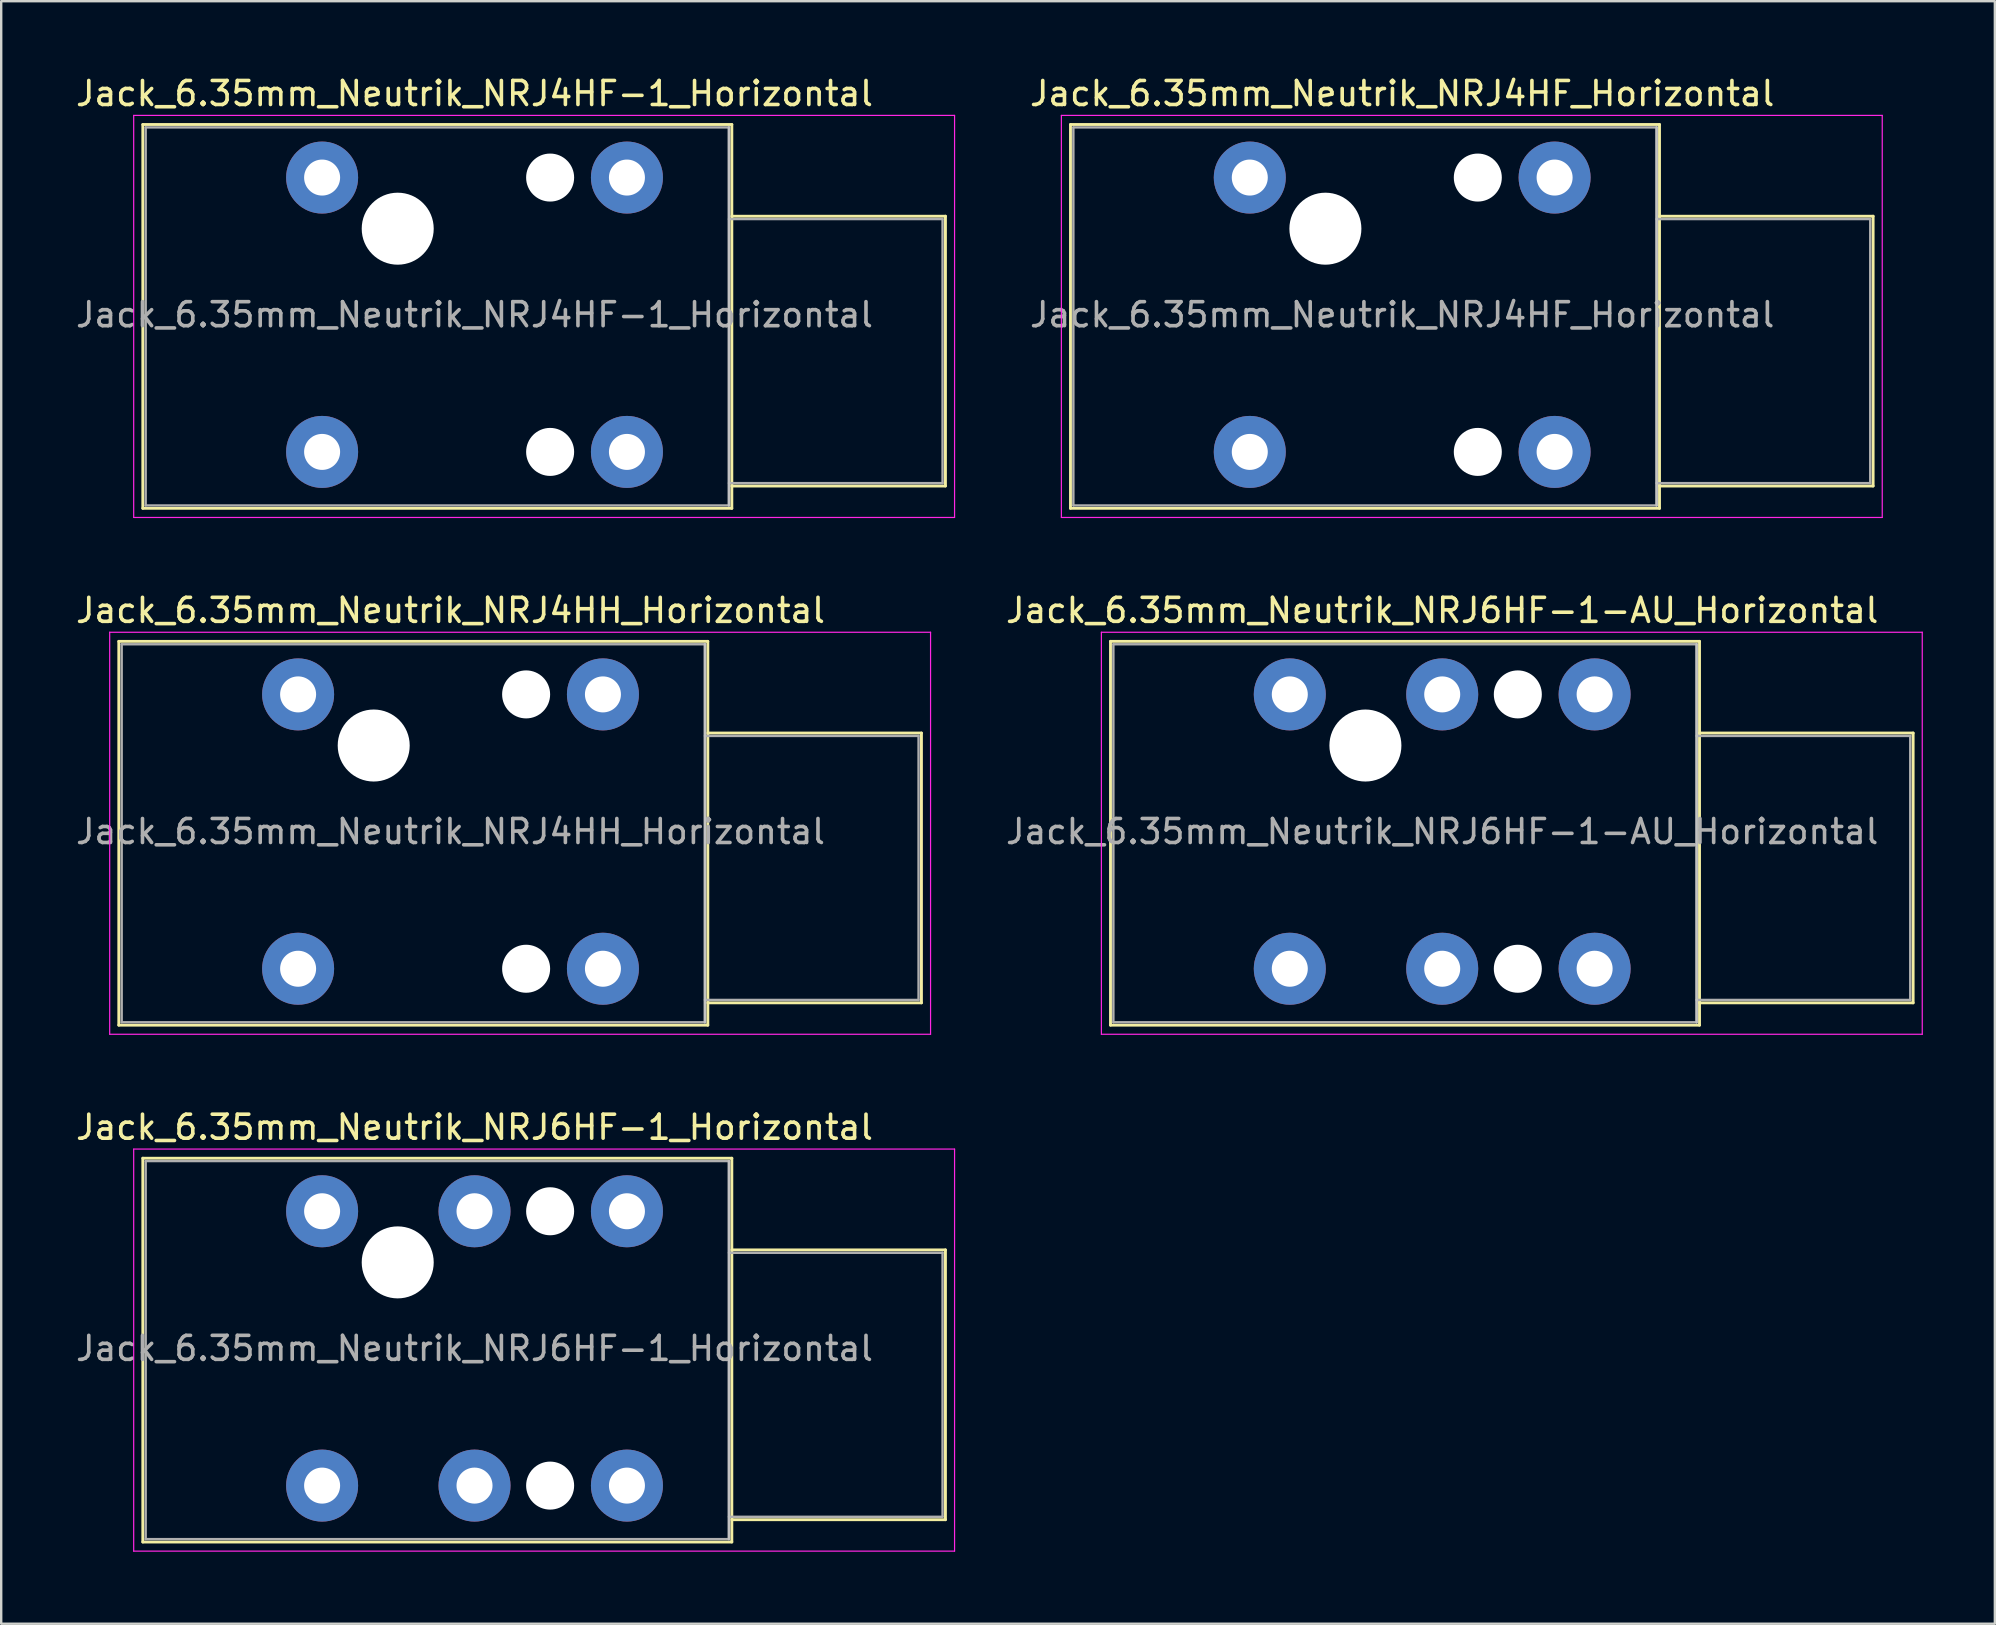
<source format=kicad_pcb>
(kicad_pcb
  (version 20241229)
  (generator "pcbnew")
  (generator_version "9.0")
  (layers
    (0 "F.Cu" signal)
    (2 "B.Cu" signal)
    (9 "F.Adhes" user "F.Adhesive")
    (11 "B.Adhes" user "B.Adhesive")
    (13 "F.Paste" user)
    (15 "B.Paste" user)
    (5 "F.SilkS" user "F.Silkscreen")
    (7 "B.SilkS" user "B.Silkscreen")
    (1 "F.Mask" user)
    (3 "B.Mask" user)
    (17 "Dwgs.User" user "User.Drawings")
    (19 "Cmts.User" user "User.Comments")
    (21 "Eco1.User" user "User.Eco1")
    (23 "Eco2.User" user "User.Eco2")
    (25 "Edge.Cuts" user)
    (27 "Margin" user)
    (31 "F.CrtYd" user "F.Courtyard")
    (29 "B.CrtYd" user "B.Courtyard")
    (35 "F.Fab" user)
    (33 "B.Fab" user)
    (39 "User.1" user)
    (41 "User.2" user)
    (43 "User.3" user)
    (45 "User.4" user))
  (footprint "Jack_6.35mm_Neutrik_NRJ4HH_Horizontal"
    (layer "F.Cu")
    (at 9.37 25.881)
    (property "Reference" "Jack_6.35mm_Neutrik_NRJ4HH_Horizontal" (at 6.35 -3.5 0) (layer "F.SilkS") (effects (font (size 1 1) (thickness 0.15))))
    (attr through_hole)
    (fp_line (start -7.47 -2.21) (end 17.07 -2.21) (stroke (width 0.12) (type solid)) (layer "F.SilkS"))
    (fp_line (start -7.47 13.78) (end -7.47 -2.21) (stroke (width 0.12) (type solid)) (layer "F.SilkS"))
    (fp_line (start -7.47 13.78) (end 17.07 13.78) (stroke (width 0.12) (type solid)) (layer "F.SilkS"))
    (fp_line (start 17.07 -2.21) (end 17.07 13.78) (stroke (width 0.12) (type solid)) (layer "F.SilkS"))
    (fp_line (start 25.97 1.61) (end 17.07 1.61) (stroke (width 0.12) (type solid)) (layer "F.SilkS"))
    (fp_line (start 25.97 12.85) (end 17.07 12.85) (stroke (width 0.12) (type solid)) (layer "F.SilkS"))
    (fp_line (start 25.97 12.85) (end 25.97 1.61) (stroke (width 0.12) (type solid)) (layer "F.SilkS"))
    (fp_line (start 16.95 -2.09) (end 16.95 13.66) (stroke (width 0.1) (type solid)) (layer "Dwgs.User"))
    (fp_line (start -7.85 14.16) (end -7.85 -2.59) (stroke (width 0.05) (type solid)) (layer "F.CrtYd"))
    (fp_line (start -7.85 14.16) (end 26.35 14.16) (stroke (width 0.05) (type solid)) (layer "F.CrtYd"))
    (fp_line (start 26.35 -2.59) (end -7.85 -2.59) (stroke (width 0.05) (type solid)) (layer "F.CrtYd"))
    (fp_line (start 26.35 14.16) (end 26.35 -2.59) (stroke (width 0.05) (type solid)) (layer "F.CrtYd"))
    (fp_line (start -7.35 -2.09) (end 16.95 -2.09) (stroke (width 0.1) (type solid)) (layer "F.Fab"))
    (fp_line (start -7.35 13.66) (end -7.35 -2.09) (stroke (width 0.1) (type solid)) (layer "F.Fab"))
    (fp_line (start 16.95 -2.09) (end 16.95 13.66) (stroke (width 0.1) (type solid)) (layer "F.Fab"))
    (fp_line (start 16.95 12.73) (end 25.85 12.73) (stroke (width 0.1) (type solid)) (layer "F.Fab"))
    (fp_line (start 16.95 13.66) (end -7.35 13.66) (stroke (width 0.1) (type solid)) (layer "F.Fab"))
    (fp_line (start 25.85 1.73) (end 16.95 1.73) (stroke (width 0.1) (type solid)) (layer "F.Fab"))
    (fp_line (start 25.85 12.73) (end 25.85 1.73) (stroke (width 0.1) (type solid)) (layer "F.Fab"))
    (fp_text user "${REFERENCE}" (at 6.35 5.715 0) (layer "F.Fab") (effects (font (size 1 1) (thickness 0.15))))
    (pad "" np_thru_hole circle (at 3.15 2.13) (size 3 3) (drill 3) (layers "*.Cu" "*.Mask"))
    (pad "" np_thru_hole circle (at 9.5 0) (size 2 2) (drill 2) (layers "*.Cu" "*.Mask"))
    (pad "" np_thru_hole circle (at 9.5 11.43) (size 2 2) (drill 2) (layers "*.Cu" "*.Mask"))
    (pad "S" thru_hole circle (at 12.7 0) (size 3 3) (drill 1.5) (layers "*.Cu" "*.Mask"))
    (pad "SN" thru_hole circle (at 12.7 11.43) (size 3 3) (drill 1.5) (layers "*.Cu" "*.Mask"))
    (pad "T" thru_hole circle (at 0 0) (size 3 3) (drill 1.5) (layers "*.Cu" "*.Mask"))
    (pad "TN" thru_hole circle (at 0 11.43) (size 3 3) (drill 1.5) (layers "*.Cu" "*.Mask")))
  (footprint "Jack_6.35mm_Neutrik_NRJ6HF-1_Horizontal"
    (layer "F.Cu")
    (at 10.37 47.415)
    (property "Reference" "Jack_6.35mm_Neutrik_NRJ6HF-1_Horizontal" (at 6.35 -3.5 0) (layer "F.SilkS") (effects (font (size 1 1) (thickness 0.15))))
    (attr through_hole)
    (fp_line (start -7.47 -2.21) (end 17.07 -2.21) (stroke (width 0.12) (type solid)) (layer "F.SilkS"))
    (fp_line (start -7.47 13.78) (end -7.47 -2.21) (stroke (width 0.12) (type solid)) (layer "F.SilkS"))
    (fp_line (start -7.47 13.78) (end 17.07 13.78) (stroke (width 0.12) (type solid)) (layer "F.SilkS"))
    (fp_line (start 17.07 -2.21) (end 17.07 13.78) (stroke (width 0.12) (type solid)) (layer "F.SilkS"))
    (fp_line (start 25.97 1.61) (end 17.07 1.61) (stroke (width 0.12) (type solid)) (layer "F.SilkS"))
    (fp_line (start 25.97 12.85) (end 17.07 12.85) (stroke (width 0.12) (type solid)) (layer "F.SilkS"))
    (fp_line (start 25.97 12.85) (end 25.97 1.61) (stroke (width 0.12) (type solid)) (layer "F.SilkS"))
    (fp_line (start 16.95 -2.09) (end 16.95 13.66) (stroke (width 0.1) (type solid)) (layer "Dwgs.User"))
    (fp_line (start -7.85 14.16) (end -7.85 -2.59) (stroke (width 0.05) (type solid)) (layer "F.CrtYd"))
    (fp_line (start -7.85 14.16) (end 26.35 14.16) (stroke (width 0.05) (type solid)) (layer "F.CrtYd"))
    (fp_line (start 26.35 -2.59) (end -7.85 -2.59) (stroke (width 0.05) (type solid)) (layer "F.CrtYd"))
    (fp_line (start 26.35 14.16) (end 26.35 -2.59) (stroke (width 0.05) (type solid)) (layer "F.CrtYd"))
    (fp_line (start -7.35 -2.09) (end 16.95 -2.09) (stroke (width 0.1) (type solid)) (layer "F.Fab"))
    (fp_line (start -7.35 13.66) (end -7.35 -2.09) (stroke (width 0.1) (type solid)) (layer "F.Fab"))
    (fp_line (start 16.95 -2.09) (end 16.95 13.66) (stroke (width 0.1) (type solid)) (layer "F.Fab"))
    (fp_line (start 16.95 12.73) (end 25.85 12.73) (stroke (width 0.1) (type solid)) (layer "F.Fab"))
    (fp_line (start 16.95 13.66) (end -7.35 13.66) (stroke (width 0.1) (type solid)) (layer "F.Fab"))
    (fp_line (start 25.85 1.73) (end 16.95 1.73) (stroke (width 0.1) (type solid)) (layer "F.Fab"))
    (fp_line (start 25.85 12.73) (end 25.85 1.73) (stroke (width 0.1) (type solid)) (layer "F.Fab"))
    (fp_text user "${REFERENCE}" (at 6.35 5.715 0) (layer "F.Fab") (effects (font (size 1 1) (thickness 0.15))))
    (pad "" np_thru_hole circle (at 3.15 2.13) (size 3 3) (drill 3) (layers "*.Cu" "*.Mask"))
    (pad "" np_thru_hole circle (at 9.5 0) (size 2 2) (drill 2) (layers "*.Cu" "*.Mask"))
    (pad "" np_thru_hole circle (at 9.5 11.43) (size 2 2) (drill 2) (layers "*.Cu" "*.Mask"))
    (pad "G" thru_hole circle (at 12.7 11.43) (size 3 3) (drill 1.5) (layers "*.Cu" "*.Mask"))
    (pad "R" thru_hole circle (at 6.35 0) (size 3 3) (drill 1.5) (layers "*.Cu" "*.Mask"))
    (pad "RN" thru_hole circle (at 6.35 11.43) (size 3 3) (drill 1.5) (layers "*.Cu" "*.Mask"))
    (pad "S" thru_hole circle (at 12.7 0) (size 3 3) (drill 1.5) (layers "*.Cu" "*.Mask"))
    (pad "T" thru_hole circle (at 0 0) (size 3 3) (drill 1.5) (layers "*.Cu" "*.Mask"))
    (pad "TN" thru_hole circle (at 0 11.43) (size 3 3) (drill 1.5) (layers "*.Cu" "*.Mask")))
  (footprint "Jack_6.35mm_Neutrik_NRJ4HF-1_Horizontal"
    (layer "F.Cu")
    (at 10.37 4.348)
    (property "Reference" "Jack_6.35mm_Neutrik_NRJ4HF-1_Horizontal" (at 6.35 -3.5 0) (layer "F.SilkS") (effects (font (size 1 1) (thickness 0.15))))
    (attr through_hole)
    (fp_line (start -7.47 -2.21) (end 17.07 -2.21) (stroke (width 0.12) (type solid)) (layer "F.SilkS"))
    (fp_line (start -7.47 13.78) (end -7.47 -2.21) (stroke (width 0.12) (type solid)) (layer "F.SilkS"))
    (fp_line (start -7.47 13.78) (end 17.07 13.78) (stroke (width 0.12) (type solid)) (layer "F.SilkS"))
    (fp_line (start 17.07 -2.21) (end 17.07 13.78) (stroke (width 0.12) (type solid)) (layer "F.SilkS"))
    (fp_line (start 25.97 1.61) (end 17.07 1.61) (stroke (width 0.12) (type solid)) (layer "F.SilkS"))
    (fp_line (start 25.97 12.85) (end 17.07 12.85) (stroke (width 0.12) (type solid)) (layer "F.SilkS"))
    (fp_line (start 25.97 12.85) (end 25.97 1.61) (stroke (width 0.12) (type solid)) (layer "F.SilkS"))
    (fp_line (start 16.95 -2.09) (end 16.95 13.66) (stroke (width 0.1) (type solid)) (layer "Dwgs.User"))
    (fp_line (start -7.85 14.16) (end -7.85 -2.59) (stroke (width 0.05) (type solid)) (layer "F.CrtYd"))
    (fp_line (start -7.85 14.16) (end 26.35 14.16) (stroke (width 0.05) (type solid)) (layer "F.CrtYd"))
    (fp_line (start 26.35 -2.59) (end -7.85 -2.59) (stroke (width 0.05) (type solid)) (layer "F.CrtYd"))
    (fp_line (start 26.35 14.16) (end 26.35 -2.59) (stroke (width 0.05) (type solid)) (layer "F.CrtYd"))
    (fp_line (start -7.35 -2.09) (end 16.95 -2.09) (stroke (width 0.1) (type solid)) (layer "F.Fab"))
    (fp_line (start -7.35 13.66) (end -7.35 -2.09) (stroke (width 0.1) (type solid)) (layer "F.Fab"))
    (fp_line (start 16.95 -2.09) (end 16.95 13.66) (stroke (width 0.1) (type solid)) (layer "F.Fab"))
    (fp_line (start 16.95 12.73) (end 25.85 12.73) (stroke (width 0.1) (type solid)) (layer "F.Fab"))
    (fp_line (start 16.95 13.66) (end -7.35 13.66) (stroke (width 0.1) (type solid)) (layer "F.Fab"))
    (fp_line (start 25.85 1.73) (end 16.95 1.73) (stroke (width 0.1) (type solid)) (layer "F.Fab"))
    (fp_line (start 25.85 12.73) (end 25.85 1.73) (stroke (width 0.1) (type solid)) (layer "F.Fab"))
    (fp_text user "${REFERENCE}" (at 6.35 5.715 0) (layer "F.Fab") (effects (font (size 1 1) (thickness 0.15))))
    (pad "" np_thru_hole circle (at 3.15 2.13) (size 3 3) (drill 3) (layers "*.Cu" "*.Mask"))
    (pad "" np_thru_hole circle (at 9.5 0) (size 2 2) (drill 2) (layers "*.Cu" "*.Mask"))
    (pad "" np_thru_hole circle (at 9.5 11.43) (size 2 2) (drill 2) (layers "*.Cu" "*.Mask"))
    (pad "G" thru_hole circle (at 12.7 11.43) (size 3 3) (drill 1.5) (layers "*.Cu" "*.Mask"))
    (pad "S" thru_hole circle (at 12.7 0) (size 3 3) (drill 1.5) (layers "*.Cu" "*.Mask"))
    (pad "T" thru_hole circle (at 0 0) (size 3 3) (drill 1.5) (layers "*.Cu" "*.Mask"))
    (pad "TN" thru_hole circle (at 0 11.43) (size 3 3) (drill 1.5) (layers "*.Cu" "*.Mask")))
  (footprint "Jack_6.35mm_Neutrik_NRJ4HF_Horizontal"
    (layer "F.Cu")
    (at 49.02 4.348)
    (property "Reference" "Jack_6.35mm_Neutrik_NRJ4HF_Horizontal" (at 6.35 -3.5 0) (layer "F.SilkS") (effects (font (size 1 1) (thickness 0.15))))
    (attr through_hole)
    (fp_line (start -7.47 -2.21) (end 17.07 -2.21) (stroke (width 0.12) (type solid)) (layer "F.SilkS"))
    (fp_line (start -7.47 13.78) (end -7.47 -2.21) (stroke (width 0.12) (type solid)) (layer "F.SilkS"))
    (fp_line (start -7.47 13.78) (end 17.07 13.78) (stroke (width 0.12) (type solid)) (layer "F.SilkS"))
    (fp_line (start 17.07 -2.21) (end 17.07 13.78) (stroke (width 0.12) (type solid)) (layer "F.SilkS"))
    (fp_line (start 25.97 1.61) (end 17.07 1.61) (stroke (width 0.12) (type solid)) (layer "F.SilkS"))
    (fp_line (start 25.97 12.85) (end 17.07 12.85) (stroke (width 0.12) (type solid)) (layer "F.SilkS"))
    (fp_line (start 25.97 12.85) (end 25.97 1.61) (stroke (width 0.12) (type solid)) (layer "F.SilkS"))
    (fp_line (start 16.95 -2.09) (end 16.95 13.66) (stroke (width 0.1) (type solid)) (layer "Dwgs.User"))
    (fp_line (start -7.85 14.16) (end -7.85 -2.59) (stroke (width 0.05) (type solid)) (layer "F.CrtYd"))
    (fp_line (start -7.85 14.16) (end 26.35 14.16) (stroke (width 0.05) (type solid)) (layer "F.CrtYd"))
    (fp_line (start 26.35 -2.59) (end -7.85 -2.59) (stroke (width 0.05) (type solid)) (layer "F.CrtYd"))
    (fp_line (start 26.35 14.16) (end 26.35 -2.59) (stroke (width 0.05) (type solid)) (layer "F.CrtYd"))
    (fp_line (start -7.35 -2.09) (end 16.95 -2.09) (stroke (width 0.1) (type solid)) (layer "F.Fab"))
    (fp_line (start -7.35 13.66) (end -7.35 -2.09) (stroke (width 0.1) (type solid)) (layer "F.Fab"))
    (fp_line (start 16.95 -2.09) (end 16.95 13.66) (stroke (width 0.1) (type solid)) (layer "F.Fab"))
    (fp_line (start 16.95 12.73) (end 25.85 12.73) (stroke (width 0.1) (type solid)) (layer "F.Fab"))
    (fp_line (start 16.95 13.66) (end -7.35 13.66) (stroke (width 0.1) (type solid)) (layer "F.Fab"))
    (fp_line (start 25.85 1.73) (end 16.95 1.73) (stroke (width 0.1) (type solid)) (layer "F.Fab"))
    (fp_line (start 25.85 12.73) (end 25.85 1.73) (stroke (width 0.1) (type solid)) (layer "F.Fab"))
    (fp_text user "${REFERENCE}" (at 6.35 5.715 0) (layer "F.Fab") (effects (font (size 1 1) (thickness 0.15))))
    (pad "" np_thru_hole circle (at 3.15 2.13) (size 3 3) (drill 3) (layers "*.Cu" "*.Mask"))
    (pad "" np_thru_hole circle (at 9.5 0) (size 2 2) (drill 2) (layers "*.Cu" "*.Mask"))
    (pad "" np_thru_hole circle (at 9.5 11.43) (size 2 2) (drill 2) (layers "*.Cu" "*.Mask"))
    (pad "S" thru_hole circle (at 12.7 0) (size 3 3) (drill 1.5) (layers "*.Cu" "*.Mask"))
    (pad "SN" thru_hole circle (at 12.7 11.43) (size 3 3) (drill 1.5) (layers "*.Cu" "*.Mask"))
    (pad "T" thru_hole circle (at 0 0) (size 3 3) (drill 1.5) (layers "*.Cu" "*.Mask"))
    (pad "TN" thru_hole circle (at 0 11.43) (size 3 3) (drill 1.5) (layers "*.Cu" "*.Mask")))
  (footprint "Jack_6.35mm_Neutrik_NRJ6HF-1-AU_Horizontal"
    (layer "F.Cu")
    (at 50.687 25.881)
    (property "Reference" "Jack_6.35mm_Neutrik_NRJ6HF-1-AU_Horizontal" (at 6.35 -3.5 0) (layer "F.SilkS") (effects (font (size 1 1) (thickness 0.15))))
    (attr through_hole)
    (fp_line (start -7.47 -2.21) (end 17.07 -2.21) (stroke (width 0.12) (type solid)) (layer "F.SilkS"))
    (fp_line (start -7.47 13.78) (end -7.47 -2.21) (stroke (width 0.12) (type solid)) (layer "F.SilkS"))
    (fp_line (start -7.47 13.78) (end 17.07 13.78) (stroke (width 0.12) (type solid)) (layer "F.SilkS"))
    (fp_line (start 17.07 -2.21) (end 17.07 13.78) (stroke (width 0.12) (type solid)) (layer "F.SilkS"))
    (fp_line (start 25.97 1.61) (end 17.07 1.61) (stroke (width 0.12) (type solid)) (layer "F.SilkS"))
    (fp_line (start 25.97 12.85) (end 17.07 12.85) (stroke (width 0.12) (type solid)) (layer "F.SilkS"))
    (fp_line (start 25.97 12.85) (end 25.97 1.61) (stroke (width 0.12) (type solid)) (layer "F.SilkS"))
    (fp_line (start 16.95 -2.09) (end 16.95 13.66) (stroke (width 0.1) (type solid)) (layer "Dwgs.User"))
    (fp_line (start -7.85 14.16) (end -7.85 -2.59) (stroke (width 0.05) (type solid)) (layer "F.CrtYd"))
    (fp_line (start -7.85 14.16) (end 26.35 14.16) (stroke (width 0.05) (type solid)) (layer "F.CrtYd"))
    (fp_line (start 26.35 -2.59) (end -7.85 -2.59) (stroke (width 0.05) (type solid)) (layer "F.CrtYd"))
    (fp_line (start 26.35 14.16) (end 26.35 -2.59) (stroke (width 0.05) (type solid)) (layer "F.CrtYd"))
    (fp_line (start -7.35 -2.09) (end 16.95 -2.09) (stroke (width 0.1) (type solid)) (layer "F.Fab"))
    (fp_line (start -7.35 13.66) (end -7.35 -2.09) (stroke (width 0.1) (type solid)) (layer "F.Fab"))
    (fp_line (start 16.95 -2.09) (end 16.95 13.66) (stroke (width 0.1) (type solid)) (layer "F.Fab"))
    (fp_line (start 16.95 12.73) (end 25.85 12.73) (stroke (width 0.1) (type solid)) (layer "F.Fab"))
    (fp_line (start 16.95 13.66) (end -7.35 13.66) (stroke (width 0.1) (type solid)) (layer "F.Fab"))
    (fp_line (start 25.85 1.73) (end 16.95 1.73) (stroke (width 0.1) (type solid)) (layer "F.Fab"))
    (fp_line (start 25.85 12.73) (end 25.85 1.73) (stroke (width 0.1) (type solid)) (layer "F.Fab"))
    (fp_text user "${REFERENCE}" (at 6.35 5.715 0) (layer "F.Fab") (effects (font (size 1 1) (thickness 0.15))))
    (pad "" np_thru_hole circle (at 3.15 2.13) (size 3 3) (drill 3) (layers "*.Cu" "*.Mask"))
    (pad "" np_thru_hole circle (at 9.5 0) (size 2 2) (drill 2) (layers "*.Cu" "*.Mask"))
    (pad "" np_thru_hole circle (at 9.5 11.43) (size 2 2) (drill 2) (layers "*.Cu" "*.Mask"))
    (pad "G" thru_hole circle (at 12.7 11.43) (size 3 3) (drill 1.5) (layers "*.Cu" "*.Mask"))
    (pad "R" thru_hole circle (at 6.35 0) (size 3 3) (drill 1.5) (layers "*.Cu" "*.Mask"))
    (pad "RN" thru_hole circle (at 6.35 11.43) (size 3 3) (drill 1.5) (layers "*.Cu" "*.Mask"))
    (pad "S" thru_hole circle (at 12.7 0) (size 3 3) (drill 1.5) (layers "*.Cu" "*.Mask"))
    (pad "T" thru_hole circle (at 0 0) (size 3 3) (drill 1.5) (layers "*.Cu" "*.Mask"))
    (pad "TN" thru_hole circle (at 0 11.43) (size 3 3) (drill 1.5) (layers "*.Cu" "*.Mask")))
  (gr_rect
    (start -3 -3)
    (end 80.062 64.6)
    (stroke (width 0.1) (type default))
    (fill no)
    (layer "Edge.Cuts")))
</source>
